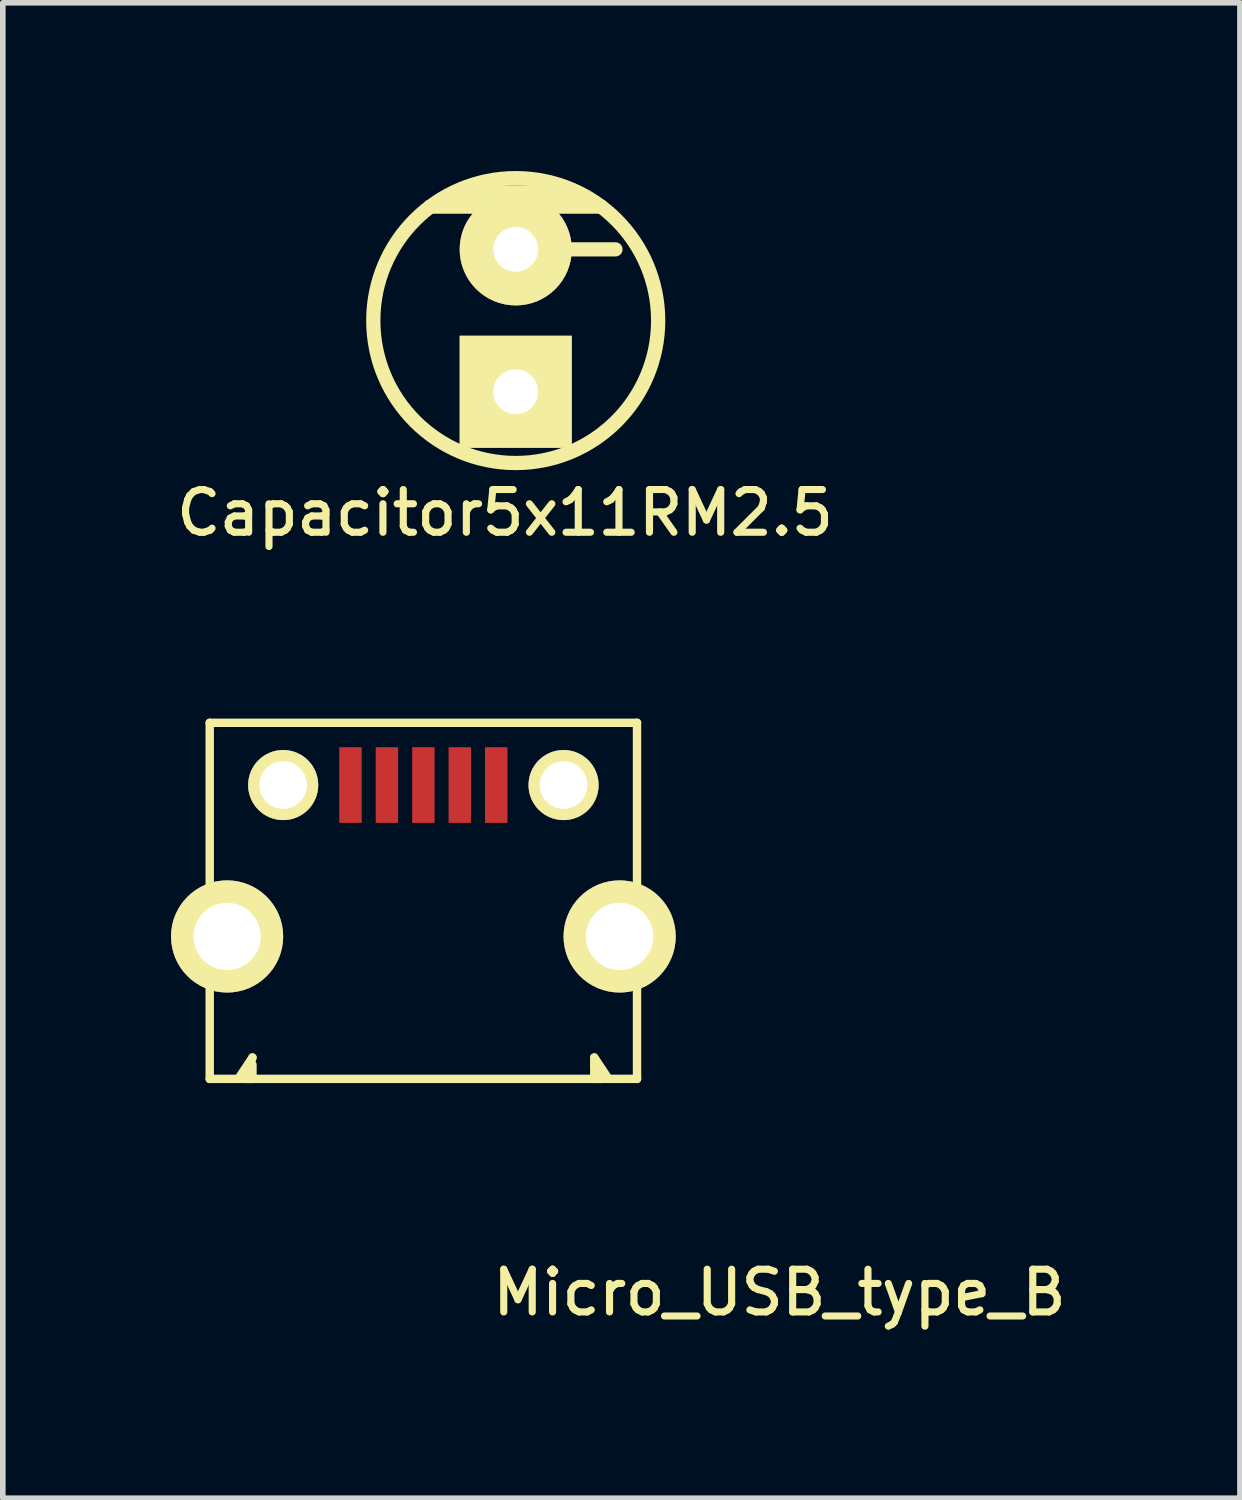
<source format=kicad_pcb>
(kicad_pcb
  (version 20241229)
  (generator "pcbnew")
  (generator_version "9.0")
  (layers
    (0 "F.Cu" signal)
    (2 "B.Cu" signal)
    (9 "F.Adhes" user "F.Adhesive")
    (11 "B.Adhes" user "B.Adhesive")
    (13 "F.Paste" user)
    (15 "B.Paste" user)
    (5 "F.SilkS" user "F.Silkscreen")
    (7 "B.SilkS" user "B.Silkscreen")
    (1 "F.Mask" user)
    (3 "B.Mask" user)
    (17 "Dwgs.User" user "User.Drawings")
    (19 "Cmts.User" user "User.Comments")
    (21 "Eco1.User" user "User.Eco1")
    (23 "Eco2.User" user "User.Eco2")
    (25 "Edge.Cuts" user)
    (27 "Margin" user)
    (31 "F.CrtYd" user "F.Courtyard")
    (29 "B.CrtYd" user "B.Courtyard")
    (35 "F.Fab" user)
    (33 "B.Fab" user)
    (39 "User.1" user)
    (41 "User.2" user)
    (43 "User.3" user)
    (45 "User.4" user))
  (footprint "Capacitor5x11RM2.5"
    (layer "F.Cu")
    (at 6.147 2.667)
    (property "Reference" "Capacitor5x11RM2.5" (at -0.191 3.429 0) (layer "F.SilkS") (effects (font (size 0.762 0.762) (thickness 0.127))))
    (attr through_hole)
    (fp_line (start -1.524 -2.032) (end 1.524 -2.032) (stroke (width 0.254) (type solid)) (layer "F.SilkS"))
    (fp_line (start -1.016 -2.286) (end -1.016 -2.159) (stroke (width 0.254) (type solid)) (layer "F.SilkS"))
    (fp_line (start -1.016 -2.159) (end 1.016 -2.159) (stroke (width 0.254) (type solid)) (layer "F.SilkS"))
    (fp_line (start 0.889 -1.27) (end 1.778 -1.27) (stroke (width 0.254) (type solid)) (layer "F.SilkS"))
    (fp_line (start 1.016 -2.286) (end -1.016 -2.286) (stroke (width 0.254) (type solid)) (layer "F.SilkS"))
    (fp_circle (center 0 0) (end -2.54 0) (stroke (width 0.254) (type solid)) (fill no) (layer "F.SilkS"))
    (pad "1" thru_hole rect (at 0 1.27) (size 1.999 1.999) (drill 0.8) (layers "*.Cu" "*.Mask" "F.SilkS"))
    (pad "2" thru_hole circle (at 0 -1.27) (size 1.999 1.999) (drill 0.8) (layers "*.Cu" "*.Mask" "F.SilkS")))
  (footprint "Micro_USB_type_B"
    (layer "F.Cu")
    (at 4.5 13.65)
    (property "Reference" "Micro_USB_type_B" (at 6.35 6.35 0) (layer "F.SilkS") (effects (font (size 0.762 0.762) (thickness 0.127))))
    (attr through_hole)
    (fp_line (start -3.81 -3.81) (end -3.81 2.54) (stroke (width 0.15) (type solid)) (layer "F.SilkS"))
    (fp_line (start -3.81 2.54) (end 3.81 2.54) (stroke (width 0.15) (type solid)) (layer "F.SilkS"))
    (fp_line (start -3.302 2.54) (end -3.048 2.159) (stroke (width 0.15) (type solid)) (layer "F.SilkS"))
    (fp_line (start -3.175 2.54) (end -3.048 2.54) (stroke (width 0.15) (type solid)) (layer "F.SilkS"))
    (fp_line (start -3.048 2.159) (end -3.175 2.54) (stroke (width 0.15) (type solid)) (layer "F.SilkS"))
    (fp_line (start -3.048 2.54) (end -3.048 2.286) (stroke (width 0.15) (type solid)) (layer "F.SilkS"))
    (fp_line (start 3.048 2.159) (end 3.048 2.54) (stroke (width 0.15) (type solid)) (layer "F.SilkS"))
    (fp_line (start 3.048 2.54) (end 3.175 2.54) (stroke (width 0.15) (type solid)) (layer "F.SilkS"))
    (fp_line (start 3.175 2.54) (end 3.048 2.286) (stroke (width 0.15) (type solid)) (layer "F.SilkS"))
    (fp_line (start 3.302 2.54) (end 3.048 2.159) (stroke (width 0.15) (type solid)) (layer "F.SilkS"))
    (fp_line (start 3.81 -3.81) (end -3.81 -3.81) (stroke (width 0.15) (type solid)) (layer "F.SilkS"))
    (fp_line (start 3.81 2.54) (end 3.81 -3.81) (stroke (width 0.15) (type solid)) (layer "F.SilkS"))
    (pad "1" smd rect (at -1.3 -2.7) (size 0.4 1.35) (layers "F.Cu" "F.Mask" "F.Paste"))
    (pad "2" smd rect (at -0.65 -2.7) (size 0.4 1.35) (layers "F.Cu" "F.Mask" "F.Paste"))
    (pad "3" smd rect (at 0 -2.7) (size 0.4 1.35) (layers "F.Cu" "F.Mask" "F.Paste"))
    (pad "4" smd rect (at 0.65 -2.7) (size 0.4 1.35) (layers "F.Cu" "F.Mask" "F.Paste"))
    (pad "5" smd rect (at 1.3 -2.7) (size 0.4 1.35) (layers "F.Cu" "F.Mask" "F.Paste"))
    (pad "6" thru_hole circle (at -3.5 0) (size 2 2) (drill 1.2) (layers "*.Cu" "*.Mask" "F.SilkS"))
    (pad "7" thru_hole circle (at -2.5 -2.7) (size 1.25 1.25) (drill 0.85) (layers "*.Cu" "*.Mask" "F.SilkS"))
    (pad "8" thru_hole circle (at 2.5 -2.7) (size 1.25 1.25) (drill 0.85) (layers "*.Cu" "*.Mask" "F.SilkS"))
    (pad "9" thru_hole circle (at 3.5 0) (size 2 2) (drill 1.2) (layers "*.Cu" "*.Mask" "F.SilkS")))
  (gr_rect
    (start -3 -3)
    (end 19.062 23.668)
    (stroke (width 0.1) (type default))
    (fill no)
    (layer "Edge.Cuts")))
</source>
